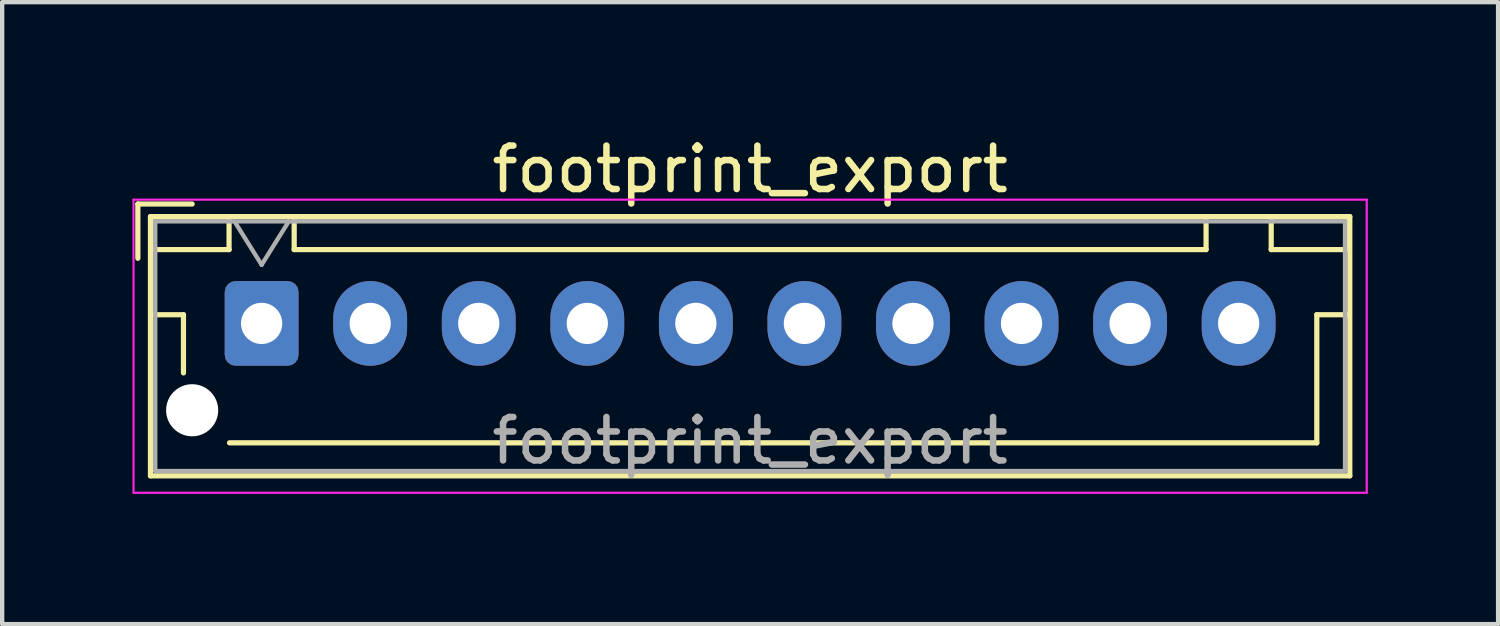
<source format=kicad_pcb>
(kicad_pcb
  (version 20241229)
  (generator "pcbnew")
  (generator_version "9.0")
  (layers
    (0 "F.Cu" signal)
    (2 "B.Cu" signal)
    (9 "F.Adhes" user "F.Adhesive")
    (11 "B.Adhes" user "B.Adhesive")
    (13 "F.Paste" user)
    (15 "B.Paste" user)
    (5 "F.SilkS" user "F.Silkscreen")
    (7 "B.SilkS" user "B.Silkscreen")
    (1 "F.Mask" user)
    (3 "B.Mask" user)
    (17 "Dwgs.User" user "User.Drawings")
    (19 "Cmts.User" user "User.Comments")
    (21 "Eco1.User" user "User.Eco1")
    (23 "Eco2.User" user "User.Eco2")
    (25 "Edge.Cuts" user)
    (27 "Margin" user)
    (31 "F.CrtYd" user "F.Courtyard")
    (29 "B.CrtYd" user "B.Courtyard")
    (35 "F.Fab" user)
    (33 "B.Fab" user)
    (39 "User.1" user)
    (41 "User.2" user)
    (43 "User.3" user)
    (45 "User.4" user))
  (footprint "footprint_export"
    (layer "F.Cu")
    (at 2.975 4.398)
    (property "Reference" "footprint_export" (at 11.25 -3.55 0) (layer "F.SilkS") (effects (font (size 1 1) (thickness 0.15))))
    (attr through_hole)
    (fp_line (start -2.85 -2.75) (end -2.85 -1.5) (stroke (width 0.12) (type solid)) (layer "F.SilkS"))
    (fp_line (start -2.56 -2.46) (end -2.56 3.51) (stroke (width 0.12) (type solid)) (layer "F.SilkS"))
    (fp_line (start -2.56 3.51) (end 25.06 3.51) (stroke (width 0.12) (type solid)) (layer "F.SilkS"))
    (fp_line (start -2.55 -2.45) (end -2.55 -1.7) (stroke (width 0.12) (type solid)) (layer "F.SilkS"))
    (fp_line (start -2.55 -1.7) (end -0.75 -1.7) (stroke (width 0.12) (type solid)) (layer "F.SilkS"))
    (fp_line (start -2.55 -0.2) (end -1.8 -0.2) (stroke (width 0.12) (type solid)) (layer "F.SilkS"))
    (fp_line (start -1.8 -0.2) (end -1.8 1.14) (stroke (width 0.12) (type solid)) (layer "F.SilkS"))
    (fp_line (start -1.6 -2.75) (end -2.85 -2.75) (stroke (width 0.12) (type solid)) (layer "F.SilkS"))
    (fp_line (start -0.75 -2.45) (end -2.55 -2.45) (stroke (width 0.12) (type solid)) (layer "F.SilkS"))
    (fp_line (start -0.75 -1.7) (end -0.75 -2.45) (stroke (width 0.12) (type solid)) (layer "F.SilkS"))
    (fp_line (start 0.75 -2.45) (end 0.75 -1.7) (stroke (width 0.12) (type solid)) (layer "F.SilkS"))
    (fp_line (start 0.75 -1.7) (end 21.75 -1.7) (stroke (width 0.12) (type solid)) (layer "F.SilkS"))
    (fp_line (start 11.25 2.75) (end -0.74 2.75) (stroke (width 0.12) (type solid)) (layer "F.SilkS"))
    (fp_line (start 21.75 -2.45) (end 0.75 -2.45) (stroke (width 0.12) (type solid)) (layer "F.SilkS"))
    (fp_line (start 21.75 -1.7) (end 21.75 -2.45) (stroke (width 0.12) (type solid)) (layer "F.SilkS"))
    (fp_line (start 23.25 -2.45) (end 23.25 -1.7) (stroke (width 0.12) (type solid)) (layer "F.SilkS"))
    (fp_line (start 23.25 -1.7) (end 25.05 -1.7) (stroke (width 0.12) (type solid)) (layer "F.SilkS"))
    (fp_line (start 24.3 -0.2) (end 24.3 2.75) (stroke (width 0.12) (type solid)) (layer "F.SilkS"))
    (fp_line (start 24.3 2.75) (end 11.25 2.75) (stroke (width 0.12) (type solid)) (layer "F.SilkS"))
    (fp_line (start 25.05 -2.45) (end 23.25 -2.45) (stroke (width 0.12) (type solid)) (layer "F.SilkS"))
    (fp_line (start 25.05 -1.7) (end 25.05 -2.45) (stroke (width 0.12) (type solid)) (layer "F.SilkS"))
    (fp_line (start 25.05 -0.2) (end 24.3 -0.2) (stroke (width 0.12) (type solid)) (layer "F.SilkS"))
    (fp_line (start 25.06 -2.46) (end -2.56 -2.46) (stroke (width 0.12) (type solid)) (layer "F.SilkS"))
    (fp_line (start 25.06 3.51) (end 25.06 -2.46) (stroke (width 0.12) (type solid)) (layer "F.SilkS"))
    (fp_line (start -2.95 -2.85) (end -2.95 3.9) (stroke (width 0.05) (type solid)) (layer "F.CrtYd"))
    (fp_line (start -2.95 3.9) (end 25.45 3.9) (stroke (width 0.05) (type solid)) (layer "F.CrtYd"))
    (fp_line (start 25.45 -2.85) (end -2.95 -2.85) (stroke (width 0.05) (type solid)) (layer "F.CrtYd"))
    (fp_line (start 25.45 3.9) (end 25.45 -2.85) (stroke (width 0.05) (type solid)) (layer "F.CrtYd"))
    (fp_line (start -2.45 -2.35) (end -2.45 3.4) (stroke (width 0.1) (type solid)) (layer "F.Fab"))
    (fp_line (start -2.45 3.4) (end 24.95 3.4) (stroke (width 0.1) (type solid)) (layer "F.Fab"))
    (fp_line (start -0.625 -2.35) (end 0 -1.35) (stroke (width 0.1) (type solid)) (layer "F.Fab"))
    (fp_line (start 0 -1.35) (end 0.625 -2.35) (stroke (width 0.1) (type solid)) (layer "F.Fab"))
    (fp_line (start 24.95 -2.35) (end -2.45 -2.35) (stroke (width 0.1) (type solid)) (layer "F.Fab"))
    (fp_line (start 24.95 3.4) (end 24.95 -2.35) (stroke (width 0.1) (type solid)) (layer "F.Fab"))
    (fp_text user "${REFERENCE}" (at 11.25 2.7 0) (layer "F.Fab") (effects (font (size 1 1) (thickness 0.15))))
    (pad "" np_thru_hole circle (at -1.6 2) (size 1.2 1.2) (drill 1.2) (layers "*.Cu" "*.Mask"))
    (pad "1" thru_hole roundrect (at 0 0) (size 1.7 1.95) (drill 0.95) (layers "*.Cu" "*.Mask") (roundrect_rratio 0.147))
    (pad "2" thru_hole oval (at 2.5 0) (size 1.7 1.95) (drill 0.95) (layers "*.Cu" "*.Mask"))
    (pad "3" thru_hole oval (at 5 0) (size 1.7 1.95) (drill 0.95) (layers "*.Cu" "*.Mask"))
    (pad "4" thru_hole oval (at 7.5 0) (size 1.7 1.95) (drill 0.95) (layers "*.Cu" "*.Mask"))
    (pad "5" thru_hole oval (at 10 0) (size 1.7 1.95) (drill 0.95) (layers "*.Cu" "*.Mask"))
    (pad "6" thru_hole oval (at 12.5 0) (size 1.7 1.95) (drill 0.95) (layers "*.Cu" "*.Mask"))
    (pad "7" thru_hole oval (at 15 0) (size 1.7 1.95) (drill 0.95) (layers "*.Cu" "*.Mask"))
    (pad "8" thru_hole oval (at 17.5 0) (size 1.7 1.95) (drill 0.95) (layers "*.Cu" "*.Mask"))
    (pad "9" thru_hole oval (at 20 0) (size 1.7 1.95) (drill 0.95) (layers "*.Cu" "*.Mask"))
    (pad "10" thru_hole oval (at 22.5 0) (size 1.7 1.95) (drill 0.95) (layers "*.Cu" "*.Mask")))
  (gr_rect
    (start -3 -3)
    (end 31.45 11.323)
    (stroke (width 0.1) (type default))
    (fill no)
    (layer "Edge.Cuts")))
</source>
